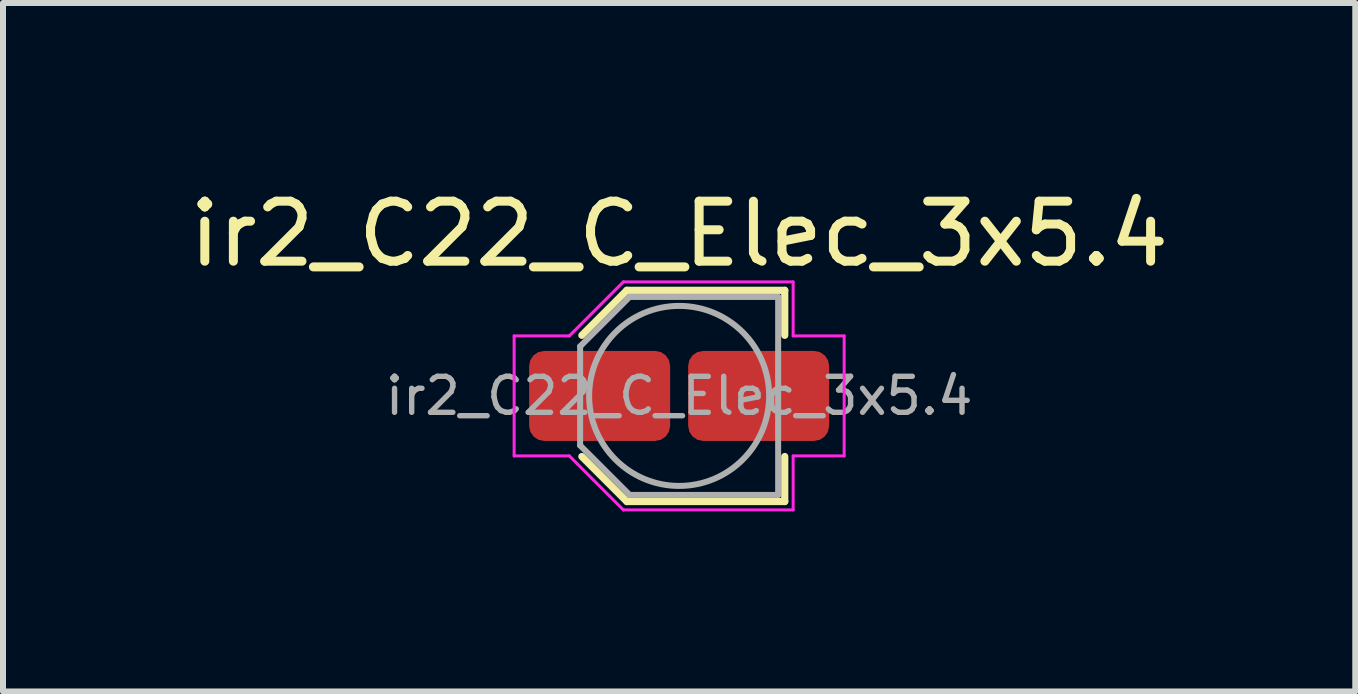
<source format=kicad_pcb>
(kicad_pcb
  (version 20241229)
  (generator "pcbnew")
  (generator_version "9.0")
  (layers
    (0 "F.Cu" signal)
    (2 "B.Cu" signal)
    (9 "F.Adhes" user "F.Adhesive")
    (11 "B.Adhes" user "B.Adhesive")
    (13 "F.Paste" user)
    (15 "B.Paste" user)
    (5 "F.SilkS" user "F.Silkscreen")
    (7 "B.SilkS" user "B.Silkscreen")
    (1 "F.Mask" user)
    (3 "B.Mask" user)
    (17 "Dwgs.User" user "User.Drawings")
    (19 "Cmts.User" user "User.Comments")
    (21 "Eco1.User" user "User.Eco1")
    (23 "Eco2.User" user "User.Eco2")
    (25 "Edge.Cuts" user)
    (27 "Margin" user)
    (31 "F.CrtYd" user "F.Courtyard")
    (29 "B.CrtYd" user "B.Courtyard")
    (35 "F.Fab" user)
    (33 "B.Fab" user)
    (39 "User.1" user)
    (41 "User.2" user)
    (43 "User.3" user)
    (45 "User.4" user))
  (footprint "ir2_C22_C_Elec_3x5.4"
    (layer "F.Cu")
    (at 8.268 3.548)
    (property "Reference" "ir2_C22_C_Elec_3x5.4" (at 0 -2.7 0) (layer "F.SilkS") (effects (font (size 1 1) (thickness 0.15))))
    (attr smd)
    (fp_line (start -1.621 -1.01) (end -0.871 -1.76) (stroke (width 0.12) (type solid)) (layer "F.SilkS"))
    (fp_line (start -1.621 1.01) (end -0.871 1.76) (stroke (width 0.12) (type solid)) (layer "F.SilkS"))
    (fp_line (start -0.871 -1.76) (end 1.76 -1.76) (stroke (width 0.12) (type solid)) (layer "F.SilkS"))
    (fp_line (start -0.871 1.76) (end 1.76 1.76) (stroke (width 0.12) (type solid)) (layer "F.SilkS"))
    (fp_line (start 1.76 -1.76) (end 1.76 -1.01) (stroke (width 0.12) (type solid)) (layer "F.SilkS"))
    (fp_line (start 1.76 1.76) (end 1.76 1.01) (stroke (width 0.12) (type solid)) (layer "F.SilkS"))
    (fp_line (start -2.75 -1) (end -2.75 1) (stroke (width 0.05) (type solid)) (layer "F.CrtYd"))
    (fp_line (start -2.75 1) (end -1.83 1) (stroke (width 0.05) (type solid)) (layer "F.CrtYd"))
    (fp_line (start -1.83 -1) (end -2.75 -1) (stroke (width 0.05) (type solid)) (layer "F.CrtYd"))
    (fp_line (start -1.83 -1) (end -0.93 -1.9) (stroke (width 0.05) (type solid)) (layer "F.CrtYd"))
    (fp_line (start -1.83 1) (end -0.93 1.9) (stroke (width 0.05) (type solid)) (layer "F.CrtYd"))
    (fp_line (start -0.93 -1.9) (end 1.9 -1.9) (stroke (width 0.05) (type solid)) (layer "F.CrtYd"))
    (fp_line (start -0.93 1.9) (end 1.9 1.9) (stroke (width 0.05) (type solid)) (layer "F.CrtYd"))
    (fp_line (start 1.9 -1.9) (end 1.9 -1) (stroke (width 0.05) (type solid)) (layer "F.CrtYd"))
    (fp_line (start 1.9 -1) (end 2.75 -1) (stroke (width 0.05) (type solid)) (layer "F.CrtYd"))
    (fp_line (start 1.9 1) (end 1.9 1.9) (stroke (width 0.05) (type solid)) (layer "F.CrtYd"))
    (fp_line (start 2.75 -1) (end 2.75 1) (stroke (width 0.05) (type solid)) (layer "F.CrtYd"))
    (fp_line (start 2.75 1) (end 1.9 1) (stroke (width 0.05) (type solid)) (layer "F.CrtYd"))
    (fp_line (start -1.65 -0.825) (end -1.65 0.825) (stroke (width 0.1) (type solid)) (layer "F.Fab"))
    (fp_line (start -1.65 -0.825) (end -0.825 -1.65) (stroke (width 0.1) (type solid)) (layer "F.Fab"))
    (fp_line (start -1.65 0.825) (end -0.825 1.65) (stroke (width 0.1) (type solid)) (layer "F.Fab"))
    (fp_line (start -0.825 -1.65) (end 1.65 -1.65) (stroke (width 0.1) (type solid)) (layer "F.Fab"))
    (fp_line (start -0.825 1.65) (end 1.65 1.65) (stroke (width 0.1) (type solid)) (layer "F.Fab"))
    (fp_line (start 1.65 -1.65) (end 1.65 1.65) (stroke (width 0.1) (type solid)) (layer "F.Fab"))
    (fp_circle (center 0 0) (end 1.5 0) (stroke (width 0.1) (type solid)) (fill no) (layer "F.Fab"))
    (fp_text user "${REFERENCE}" (at 0 0 0) (layer "F.Fab") (effects (font (size 0.6 0.6) (thickness 0.09))))
    (pad "1" smd roundrect (at -1.325 0) (size 2.35 1.5) (layers "F.Cu" "F.Mask" "F.Paste") (roundrect_rratio 0.167))
    (pad "2" smd roundrect (at 1.325 0) (size 2.35 1.5) (layers "F.Cu" "F.Mask" "F.Paste") (roundrect_rratio 0.167)))
  (gr_rect
    (start -3 -3)
    (end 19.536 8.473)
    (stroke (width 0.1) (type default))
    (fill no)
    (layer "Edge.Cuts")))
</source>
